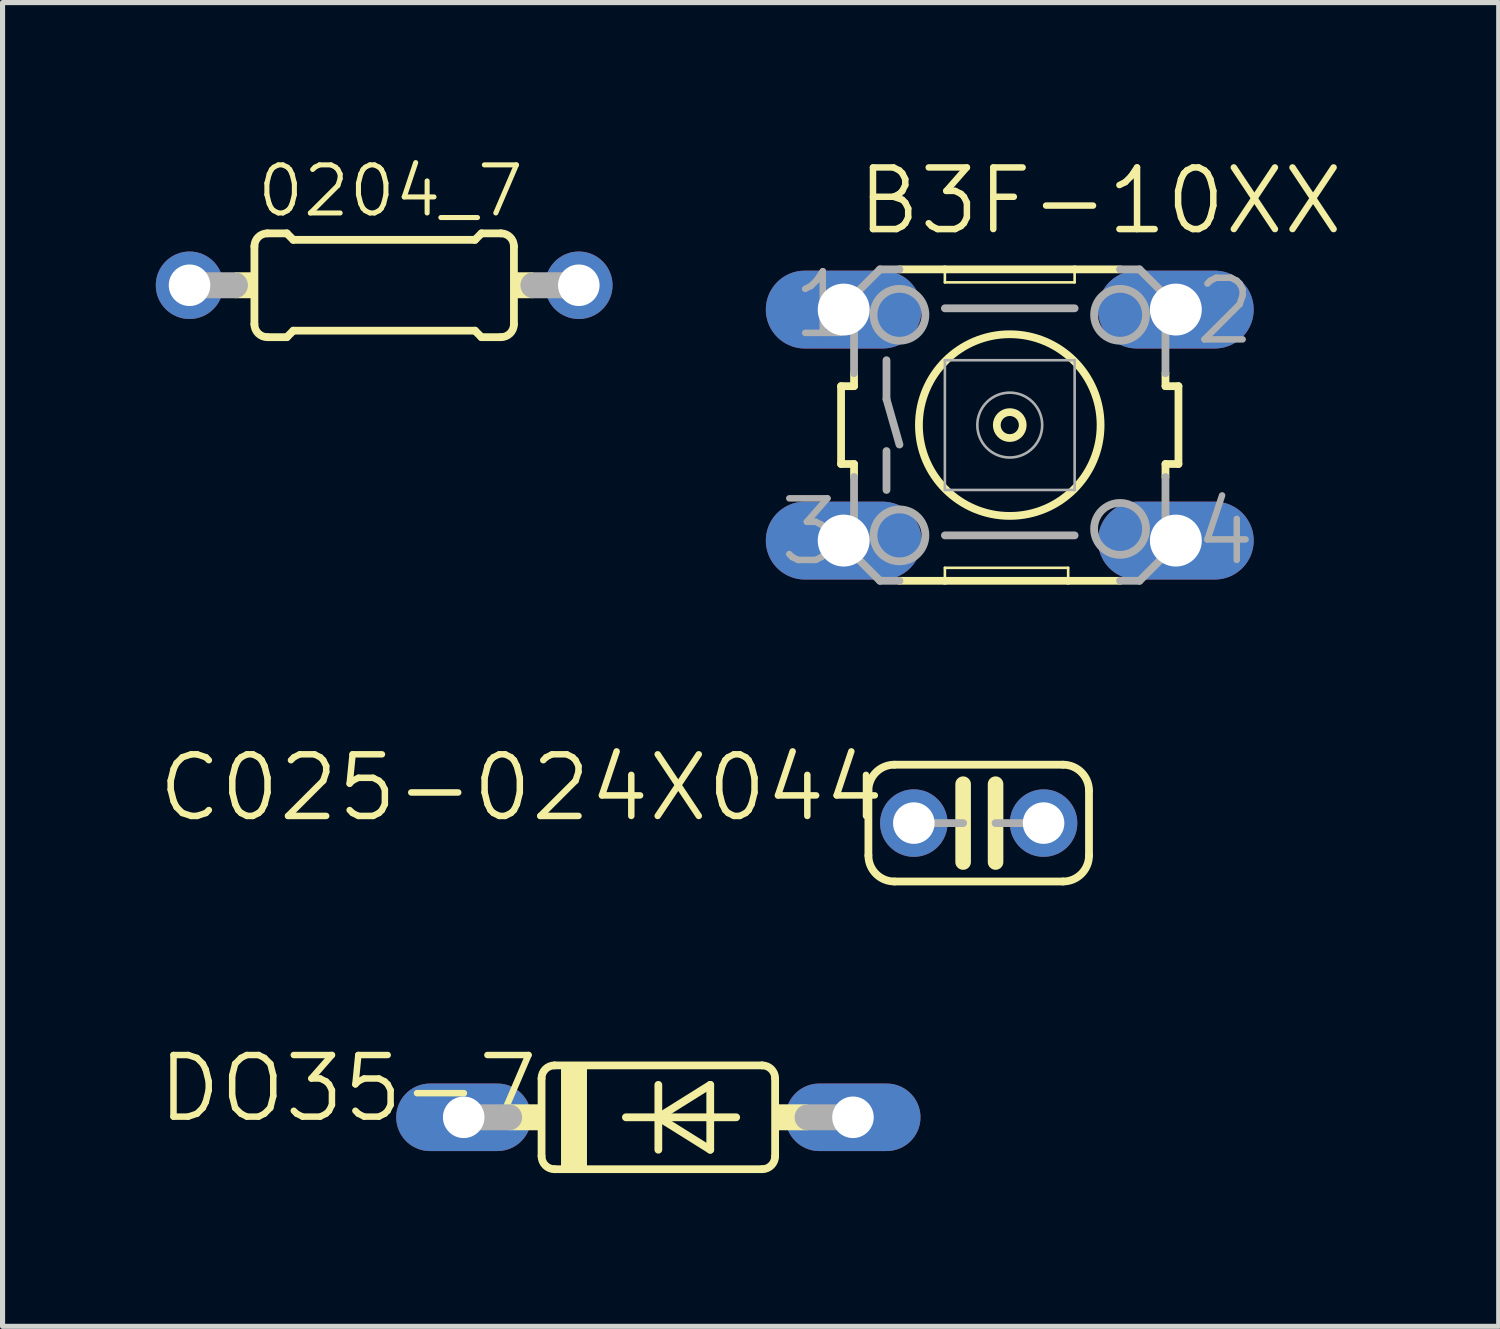
<source format=kicad_pcb>
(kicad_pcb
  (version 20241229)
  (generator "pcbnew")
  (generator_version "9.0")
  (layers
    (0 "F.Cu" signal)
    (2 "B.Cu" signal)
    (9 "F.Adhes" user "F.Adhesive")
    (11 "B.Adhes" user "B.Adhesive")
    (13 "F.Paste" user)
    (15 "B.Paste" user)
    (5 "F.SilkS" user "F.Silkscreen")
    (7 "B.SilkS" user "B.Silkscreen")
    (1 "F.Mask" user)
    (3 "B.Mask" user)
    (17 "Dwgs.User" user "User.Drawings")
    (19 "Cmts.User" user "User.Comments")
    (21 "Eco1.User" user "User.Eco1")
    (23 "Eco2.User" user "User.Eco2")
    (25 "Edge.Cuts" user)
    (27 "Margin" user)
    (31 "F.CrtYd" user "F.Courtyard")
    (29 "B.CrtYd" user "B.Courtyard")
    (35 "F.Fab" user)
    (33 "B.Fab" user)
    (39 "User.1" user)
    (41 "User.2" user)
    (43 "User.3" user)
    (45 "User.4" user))
  (footprint "DO35-7"
    (layer "F.Cu")
    (at 9.837 18.821)
    (property "Reference" "DO35-7" (at -2.286 -1.27 0) (layer "F.SilkS") (effects (font (size 1.206 1.206) (thickness 0.127)) (justify right top)))
    (attr through_hole)
    (fp_line (start -2.286 -0.762) (end -2.286 0.762) (stroke (width 0.152) (type solid)) (layer "F.SilkS"))
    (fp_line (start -2.032 -1.016) (end 2.032 -1.016) (stroke (width 0.152) (type solid)) (layer "F.SilkS"))
    (fp_line (start -2.032 1.016) (end 2.032 1.016) (stroke (width 0.152) (type solid)) (layer "F.SilkS"))
    (fp_line (start -0.635 0) (end 0 0) (stroke (width 0.152) (type solid)) (layer "F.SilkS"))
    (fp_line (start 0 -0.635) (end 0 0) (stroke (width 0.152) (type solid)) (layer "F.SilkS"))
    (fp_line (start 0 0) (end 0 0.635) (stroke (width 0.152) (type solid)) (layer "F.SilkS"))
    (fp_line (start 0 0) (end 1.016 -0.635) (stroke (width 0.152) (type solid)) (layer "F.SilkS"))
    (fp_line (start 0 0) (end 1.524 0) (stroke (width 0.152) (type solid)) (layer "F.SilkS"))
    (fp_line (start 1.016 -0.635) (end 1.016 0.635) (stroke (width 0.152) (type solid)) (layer "F.SilkS"))
    (fp_line (start 1.016 0.635) (end 0 0) (stroke (width 0.152) (type solid)) (layer "F.SilkS"))
    (fp_line (start 2.286 -0.762) (end 2.286 0.762) (stroke (width 0.152) (type solid)) (layer "F.SilkS"))
    (fp_arc (start -2.286 -0.762) (mid -2.211605 -0.941605) (end -2.032 -1.016) (stroke (width 0.1524) (type solid)) (layer "F.SilkS"))
    (fp_arc (start -2.032 1.016) (mid -2.211605 0.941605) (end -2.286 0.762) (stroke (width 0.1524) (type solid)) (layer "F.SilkS"))
    (fp_arc (start 2.032 -1.016) (mid 2.211605 -0.941605) (end 2.286 -0.762) (stroke (width 0.1524) (type solid)) (layer "F.SilkS"))
    (fp_arc (start 2.286 0.762) (mid 2.211605 0.941605) (end 2.032 1.016) (stroke (width 0.1524) (type solid)) (layer "F.SilkS"))
    (fp_poly (pts (xy -2.921 0.254) (xy -2.286 0.254) (xy -2.286 -0.254) (xy -2.921 -0.254)) (stroke (width 0) (type solid)) (fill yes) (layer "F.SilkS"))
    (fp_poly (pts (xy -1.905 1.016) (xy -1.397 1.016) (xy -1.397 -1.016) (xy -1.905 -1.016)) (stroke (width 0) (type solid)) (fill yes) (layer "F.SilkS"))
    (fp_poly (pts (xy 2.286 0.254) (xy 2.921 0.254) (xy 2.921 -0.254) (xy 2.286 -0.254)) (stroke (width 0) (type solid)) (fill yes) (layer "F.SilkS"))
    (fp_line (start -3.81 0) (end -2.921 0) (stroke (width 0.508) (type solid)) (layer "F.Fab"))
    (fp_line (start 3.81 0) (end 2.921 0) (stroke (width 0.508) (type solid)) (layer "F.Fab"))
    (pad "A" thru_hole oval (at 3.81 0) (size 2.642 1.321) (drill 0.813) (layers "*.Cu" "*.Mask"))
    (pad "C" thru_hole oval (at -3.81 0) (size 2.642 1.321) (drill 0.813) (layers "*.Cu" "*.Mask")))
  (footprint "0204_7"
    (layer "F.Cu")
    (at 4.47 2.534)
    (property "Reference" "0204_7" (at -2.54 -1.295 0) (layer "F.SilkS") (effects (font (size 0.941 0.941) (thickness 0.099)) (justify left bottom)))
    (attr through_hole)
    (fp_line (start -2.54 0.762) (end -2.54 -0.762) (stroke (width 0.152) (type solid)) (layer "F.SilkS"))
    (fp_line (start -2.286 -1.016) (end -1.905 -1.016) (stroke (width 0.152) (type solid)) (layer "F.SilkS"))
    (fp_line (start -2.286 1.016) (end -1.905 1.016) (stroke (width 0.152) (type solid)) (layer "F.SilkS"))
    (fp_line (start -1.778 -0.889) (end -1.905 -1.016) (stroke (width 0.152) (type solid)) (layer "F.SilkS"))
    (fp_line (start -1.778 0.889) (end -1.905 1.016) (stroke (width 0.152) (type solid)) (layer "F.SilkS"))
    (fp_line (start 1.778 -0.889) (end -1.778 -0.889) (stroke (width 0.152) (type solid)) (layer "F.SilkS"))
    (fp_line (start 1.778 -0.889) (end 1.905 -1.016) (stroke (width 0.152) (type solid)) (layer "F.SilkS"))
    (fp_line (start 1.778 0.889) (end -1.778 0.889) (stroke (width 0.152) (type solid)) (layer "F.SilkS"))
    (fp_line (start 1.778 0.889) (end 1.905 1.016) (stroke (width 0.152) (type solid)) (layer "F.SilkS"))
    (fp_line (start 2.286 -1.016) (end 1.905 -1.016) (stroke (width 0.152) (type solid)) (layer "F.SilkS"))
    (fp_line (start 2.286 1.016) (end 1.905 1.016) (stroke (width 0.152) (type solid)) (layer "F.SilkS"))
    (fp_line (start 2.54 0.762) (end 2.54 -0.762) (stroke (width 0.152) (type solid)) (layer "F.SilkS"))
    (fp_arc (start -2.54 -0.762) (mid -2.465605 -0.941605) (end -2.286 -1.016) (stroke (width 0.1524) (type solid)) (layer "F.SilkS"))
    (fp_arc (start -2.286 1.016) (mid -2.465605 0.941605) (end -2.54 0.762) (stroke (width 0.1524) (type solid)) (layer "F.SilkS"))
    (fp_arc (start 2.286 -1.016) (mid 2.465605 -0.941605) (end 2.54 -0.762) (stroke (width 0.1524) (type solid)) (layer "F.SilkS"))
    (fp_arc (start 2.54 0.762) (mid 2.465605 0.941605) (end 2.286 1.016) (stroke (width 0.1524) (type solid)) (layer "F.SilkS"))
    (fp_poly (pts (xy -2.921 0.254) (xy -2.54 0.254) (xy -2.54 -0.254) (xy -2.921 -0.254)) (stroke (width 0) (type solid)) (fill yes) (layer "F.SilkS"))
    (fp_poly (pts (xy 2.54 0.254) (xy 2.921 0.254) (xy 2.921 -0.254) (xy 2.54 -0.254)) (stroke (width 0) (type solid)) (fill yes) (layer "F.SilkS"))
    (fp_line (start -3.81 0) (end -2.921 0) (stroke (width 0.508) (type solid)) (layer "F.Fab"))
    (fp_line (start 3.81 0) (end 2.921 0) (stroke (width 0.508) (type solid)) (layer "F.Fab"))
    (pad "1" thru_hole circle (at -3.81 0) (size 1.321 1.321) (drill 0.813) (layers "*.Cu" "*.Mask"))
    (pad "2" thru_hole circle (at 3.81 0) (size 1.321 1.321) (drill 0.813) (layers "*.Cu" "*.Mask")))
  (footprint "C025-024X044"
    (layer "F.Cu")
    (at 16.108 13.062)
    (property "Reference" "C025-024X044" (at -1.778 -1.397 0) (layer "F.SilkS") (effects (font (size 1.206 1.206) (thickness 0.127)) (justify right top)))
    (attr through_hole)
    (fp_line (start -2.159 0.635) (end -2.159 -0.635) (stroke (width 0.152) (type solid)) (layer "F.SilkS"))
    (fp_line (start -0.305 -0.762) (end -0.305 0.762) (stroke (width 0.305) (type solid)) (layer "F.SilkS"))
    (fp_line (start 0.33 -0.762) (end 0.33 0.762) (stroke (width 0.305) (type solid)) (layer "F.SilkS"))
    (fp_line (start 1.651 -1.143) (end -1.651 -1.143) (stroke (width 0.152) (type solid)) (layer "F.SilkS"))
    (fp_line (start 1.651 1.143) (end -1.651 1.143) (stroke (width 0.152) (type solid)) (layer "F.SilkS"))
    (fp_line (start 2.159 0.635) (end 2.159 -0.635) (stroke (width 0.152) (type solid)) (layer "F.SilkS"))
    (fp_arc (start -2.159 -0.635) (mid -2.01021 -0.99421) (end -1.651 -1.143) (stroke (width 0.1524) (type solid)) (layer "F.SilkS"))
    (fp_arc (start -1.651 1.143) (mid -2.01021 0.99421) (end -2.159 0.635) (stroke (width 0.1524) (type solid)) (layer "F.SilkS"))
    (fp_arc (start 1.651 -1.143) (mid 2.01021 -0.99421) (end 2.159 -0.635) (stroke (width 0.1524) (type solid)) (layer "F.SilkS"))
    (fp_arc (start 2.159 0.635) (mid 2.01021 0.99421) (end 1.651 1.143) (stroke (width 0.1524) (type solid)) (layer "F.SilkS"))
    (fp_line (start -1.27 0) (end -0.305 0) (stroke (width 0.152) (type solid)) (layer "F.Fab"))
    (fp_line (start 1.27 0) (end 0.33 0) (stroke (width 0.152) (type solid)) (layer "F.Fab"))
    (pad "1" thru_hole circle (at -1.27 0) (size 1.321 1.321) (drill 0.813) (layers "*.Cu" "*.Mask"))
    (pad "2" thru_hole circle (at 1.27 0) (size 1.321 1.321) (drill 0.813) (layers "*.Cu" "*.Mask")))
  (footprint "B3F-10XX"
    (layer "F.Cu")
    (at 16.716 5.271)
    (property "Reference" "B3F-10XX" (at -3.048 -3.683 0) (layer "F.SilkS") (effects (font (size 1.206 1.206) (thickness 0.127)) (justify left bottom)))
    (attr through_hole)
    (fp_line (start -3.302 -0.762) (end -3.302 0.762) (stroke (width 0.152) (type solid)) (layer "F.SilkS"))
    (fp_line (start -3.302 -0.762) (end -3.048 -0.762) (stroke (width 0.152) (type solid)) (layer "F.SilkS"))
    (fp_line (start -3.048 -0.762) (end -3.048 -1.016) (stroke (width 0.152) (type solid)) (layer "F.SilkS"))
    (fp_line (start -3.048 0.762) (end -3.302 0.762) (stroke (width 0.152) (type solid)) (layer "F.SilkS"))
    (fp_line (start -3.048 0.762) (end -3.048 1.016) (stroke (width 0.152) (type solid)) (layer "F.SilkS"))
    (fp_line (start -2.159 3.048) (end -1.27 3.048) (stroke (width 0.152) (type solid)) (layer "F.SilkS"))
    (fp_line (start -1.27 -3.048) (end -2.159 -3.048) (stroke (width 0.152) (type solid)) (layer "F.SilkS"))
    (fp_line (start -1.27 -3.048) (end -1.27 -2.794) (stroke (width 0.051) (type solid)) (layer "F.SilkS"))
    (fp_line (start -1.27 2.794) (end -1.27 3.048) (stroke (width 0.051) (type solid)) (layer "F.SilkS"))
    (fp_line (start -1.27 3.048) (end 1.143 3.048) (stroke (width 0.152) (type solid)) (layer "F.SilkS"))
    (fp_line (start 1.143 2.794) (end -1.27 2.794) (stroke (width 0.051) (type solid)) (layer "F.SilkS"))
    (fp_line (start 1.143 2.794) (end 1.143 3.048) (stroke (width 0.051) (type solid)) (layer "F.SilkS"))
    (fp_line (start 1.143 3.048) (end 2.159 3.048) (stroke (width 0.152) (type solid)) (layer "F.SilkS"))
    (fp_line (start 1.27 -3.048) (end -1.27 -3.048) (stroke (width 0.152) (type solid)) (layer "F.SilkS"))
    (fp_line (start 1.27 -2.794) (end -1.27 -2.794) (stroke (width 0.051) (type solid)) (layer "F.SilkS"))
    (fp_line (start 1.27 -2.794) (end 1.27 -3.048) (stroke (width 0.051) (type solid)) (layer "F.SilkS"))
    (fp_line (start 2.159 -3.048) (end 1.27 -3.048) (stroke (width 0.152) (type solid)) (layer "F.SilkS"))
    (fp_line (start 3.048 -0.762) (end 3.048 -1.016) (stroke (width 0.152) (type solid)) (layer "F.SilkS"))
    (fp_line (start 3.048 -0.762) (end 3.302 -0.762) (stroke (width 0.152) (type solid)) (layer "F.SilkS"))
    (fp_line (start 3.048 0.762) (end 3.048 1.016) (stroke (width 0.152) (type solid)) (layer "F.SilkS"))
    (fp_line (start 3.302 0.762) (end 3.048 0.762) (stroke (width 0.152) (type solid)) (layer "F.SilkS"))
    (fp_line (start 3.302 0.762) (end 3.302 -0.762) (stroke (width 0.152) (type solid)) (layer "F.SilkS"))
    (fp_circle (center 0 0) (end 0.254 0) (stroke (width 0.152) (type solid)) (fill no) (layer "F.SilkS"))
    (fp_circle (center 0 0) (end 1.778 0) (stroke (width 0.152) (type solid)) (fill no) (layer "F.SilkS"))
    (fp_line (start -3.048 -2.54) (end -3.048 -1.016) (stroke (width 0.152) (type solid)) (layer "F.Fab"))
    (fp_line (start -3.048 2.54) (end -3.048 1.016) (stroke (width 0.152) (type solid)) (layer "F.Fab"))
    (fp_line (start -2.54 -3.048) (end -3.048 -2.54) (stroke (width 0.152) (type solid)) (layer "F.Fab"))
    (fp_line (start -2.54 -3.048) (end -2.159 -3.048) (stroke (width 0.152) (type solid)) (layer "F.Fab"))
    (fp_line (start -2.54 3.048) (end -3.048 2.54) (stroke (width 0.152) (type solid)) (layer "F.Fab"))
    (fp_line (start -2.54 3.048) (end -2.159 3.048) (stroke (width 0.152) (type solid)) (layer "F.Fab"))
    (fp_line (start -2.413 -1.27) (end -2.413 -0.508) (stroke (width 0.152) (type solid)) (layer "F.Fab"))
    (fp_line (start -2.413 -0.508) (end -2.159 0.381) (stroke (width 0.152) (type solid)) (layer "F.Fab"))
    (fp_line (start -2.413 0.508) (end -2.413 1.27) (stroke (width 0.152) (type solid)) (layer "F.Fab"))
    (fp_line (start -1.27 -1.27) (end -1.27 1.27) (stroke (width 0.051) (type solid)) (layer "F.Fab"))
    (fp_line (start -1.27 -1.27) (end 1.27 -1.27) (stroke (width 0.051) (type solid)) (layer "F.Fab"))
    (fp_line (start -1.27 2.159) (end 1.27 2.159) (stroke (width 0.152) (type solid)) (layer "F.Fab"))
    (fp_line (start 1.27 -2.286) (end -1.27 -2.286) (stroke (width 0.152) (type solid)) (layer "F.Fab"))
    (fp_line (start 1.27 1.27) (end -1.27 1.27) (stroke (width 0.051) (type solid)) (layer "F.Fab"))
    (fp_line (start 1.27 1.27) (end 1.27 -1.27) (stroke (width 0.051) (type solid)) (layer "F.Fab"))
    (fp_line (start 2.54 -3.048) (end 2.159 -3.048) (stroke (width 0.152) (type solid)) (layer "F.Fab"))
    (fp_line (start 2.54 3.048) (end 2.159 3.048) (stroke (width 0.152) (type solid)) (layer "F.Fab"))
    (fp_line (start 2.54 3.048) (end 3.048 2.54) (stroke (width 0.152) (type solid)) (layer "F.Fab"))
    (fp_line (start 3.048 -2.54) (end 2.54 -3.048) (stroke (width 0.152) (type solid)) (layer "F.Fab"))
    (fp_line (start 3.048 -1.016) (end 3.048 -2.54) (stroke (width 0.152) (type solid)) (layer "F.Fab"))
    (fp_line (start 3.048 2.54) (end 3.048 1.016) (stroke (width 0.152) (type solid)) (layer "F.Fab"))
    (fp_circle (center -2.159 -2.159) (end -1.651 -2.159) (stroke (width 0.152) (type solid)) (fill no) (layer "F.Fab"))
    (fp_circle (center -2.159 2.159) (end -1.651 2.159) (stroke (width 0.152) (type solid)) (fill no) (layer "F.Fab"))
    (fp_circle (center 0 0) (end 0.635 0) (stroke (width 0.051) (type solid)) (fill no) (layer "F.Fab"))
    (fp_circle (center 2.159 -2.159) (end 2.667 -2.159) (stroke (width 0.152) (type solid)) (fill no) (layer "F.Fab"))
    (fp_circle (center 2.159 2.032) (end 2.667 2.032) (stroke (width 0.152) (type solid)) (fill no) (layer "F.Fab"))
    (fp_text user "1" (at -4.318 -1.651 0) (layer "F.Fab") (effects (font (size 1.206 1.206) (thickness 0.127)) (justify left bottom)))
    (fp_text user "2" (at 3.556 -1.524 0) (layer "F.Fab") (effects (font (size 1.206 1.206) (thickness 0.127)) (justify left bottom)))
    (fp_text user "3" (at -4.572 2.794 0) (layer "F.Fab") (effects (font (size 1.206 1.206) (thickness 0.127)) (justify left bottom)))
    (fp_text user "4" (at 3.556 2.794 0) (layer "F.Fab") (effects (font (size 1.206 1.206) (thickness 0.127)) (justify left bottom)))
    (pad "1" thru_hole oval (at -3.251 -2.261) (size 3.048 1.524) (drill 1.016) (layers "*.Cu" "*.Mask"))
    (pad "2" thru_hole oval (at 3.251 -2.261) (size 3.048 1.524) (drill 1.016) (layers "*.Cu" "*.Mask"))
    (pad "3" thru_hole oval (at -3.251 2.261) (size 3.048 1.524) (drill 1.016) (layers "*.Cu" "*.Mask"))
    (pad "4" thru_hole oval (at 3.251 2.261) (size 3.048 1.524) (drill 1.016) (layers "*.Cu" "*.Mask")))
  (gr_rect
    (start -3 -3)
    (end 26.287 22.913)
    (stroke (width 0.1) (type default))
    (fill no)
    (layer "Edge.Cuts")))
</source>
